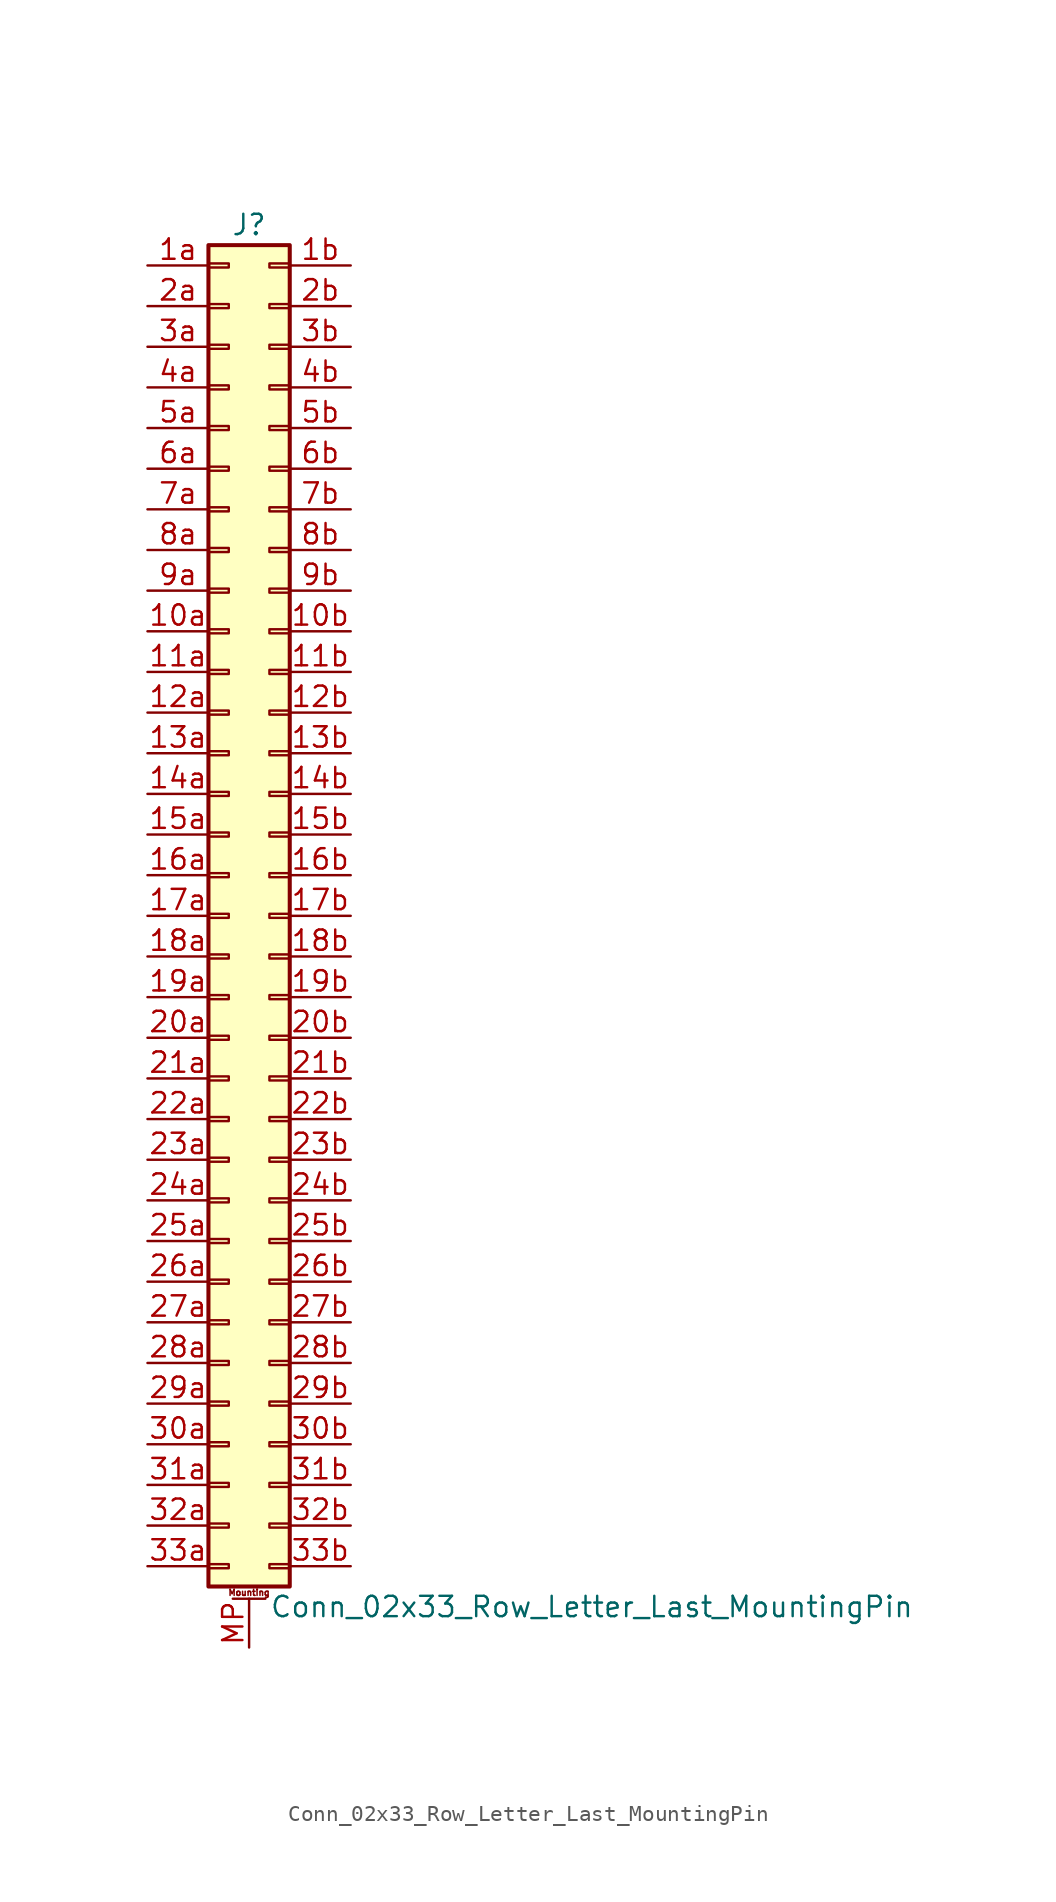
<source format=kicad_sym>
(kicad_symbol_lib
  (version 20201005)
  (generator kicad_symbol_editor)
  (symbol "Conn_02x33_Row_Letter_Last_MountingPin"
    (pin_names
      (offset 1.016) hide)
    (property "Reference" "J"
      (at 1.27 43.18 0)
      (effects (font (size 1.27 1.27))))
    (property "Value" "Conn_02x33_Row_Letter_Last_MountingPin"
      (at 2.54 -43.18 0)
      (effects (font (size 1.27 1.27)) (justify left)))
    (symbol "Conn_02x33_Row_Letter_Last_MountingPin_1_1"
      (text "Mounting" (at 1.27 -42.291 0) (effects (font (size 0.381 0.381))))
      (rectangle (start -1.27 -40.513) (end 0 -40.767) (stroke (width 0.152)) (fill (type none)))
      (rectangle (start -1.27 -37.973) (end 0 -38.227) (stroke (width 0.152)) (fill (type none)))
      (rectangle (start -1.27 -35.433) (end 0 -35.687) (stroke (width 0.152)) (fill (type none)))
      (rectangle (start -1.27 -32.893) (end 0 -33.147) (stroke (width 0.152)) (fill (type none)))
      (rectangle (start -1.27 -30.353) (end 0 -30.607) (stroke (width 0.152)) (fill (type none)))
      (rectangle (start -1.27 -27.813) (end 0 -28.067) (stroke (width 0.152)) (fill (type none)))
      (rectangle (start -1.27 -25.273) (end 0 -25.527) (stroke (width 0.152)) (fill (type none)))
      (rectangle (start -1.27 -22.733) (end 0 -22.987) (stroke (width 0.152)) (fill (type none)))
      (rectangle (start -1.27 -20.193) (end 0 -20.447) (stroke (width 0.152)) (fill (type none)))
      (rectangle (start -1.27 -17.653) (end 0 -17.907) (stroke (width 0.152)) (fill (type none)))
      (rectangle (start -1.27 -15.113) (end 0 -15.367) (stroke (width 0.152)) (fill (type none)))
      (rectangle (start -1.27 -12.573) (end 0 -12.827) (stroke (width 0.152)) (fill (type none)))
      (rectangle (start -1.27 -10.033) (end 0 -10.287) (stroke (width 0.152)) (fill (type none)))
      (rectangle (start -1.27 -7.493) (end 0 -7.747) (stroke (width 0.152)) (fill (type none)))
      (rectangle (start -1.27 -4.953) (end 0 -5.207) (stroke (width 0.152)) (fill (type none)))
      (rectangle (start -1.27 -2.413) (end 0 -2.667) (stroke (width 0.152)) (fill (type none)))
      (rectangle (start -1.27 0.127) (end 0 -0.127) (stroke (width 0.152)) (fill (type none)))
      (rectangle (start -1.27 2.667) (end 0 2.413) (stroke (width 0.152)) (fill (type none)))
      (rectangle (start -1.27 5.207) (end 0 4.953) (stroke (width 0.152)) (fill (type none)))
      (rectangle (start -1.27 7.747) (end 0 7.493) (stroke (width 0.152)) (fill (type none)))
      (rectangle (start -1.27 10.287) (end 0 10.033) (stroke (width 0.152)) (fill (type none)))
      (rectangle (start -1.27 12.827) (end 0 12.573) (stroke (width 0.152)) (fill (type none)))
      (rectangle (start -1.27 15.367) (end 0 15.113) (stroke (width 0.152)) (fill (type none)))
      (rectangle (start -1.27 17.907) (end 0 17.653) (stroke (width 0.152)) (fill (type none)))
      (rectangle (start -1.27 20.447) (end 0 20.193) (stroke (width 0.152)) (fill (type none)))
      (rectangle (start -1.27 22.987) (end 0 22.733) (stroke (width 0.152)) (fill (type none)))
      (rectangle (start -1.27 25.527) (end 0 25.273) (stroke (width 0.152)) (fill (type none)))
      (rectangle (start -1.27 28.067) (end 0 27.813) (stroke (width 0.152)) (fill (type none)))
      (rectangle (start -1.27 30.607) (end 0 30.353) (stroke (width 0.152)) (fill (type none)))
      (rectangle (start -1.27 33.147) (end 0 32.893) (stroke (width 0.152)) (fill (type none)))
      (rectangle (start -1.27 35.687) (end 0 35.433) (stroke (width 0.152)) (fill (type none)))
      (rectangle (start -1.27 38.227) (end 0 37.973) (stroke (width 0.152)) (fill (type none)))
      (rectangle (start -1.27 40.767) (end 0 40.513) (stroke (width 0.152)) (fill (type none)))
      (rectangle (start -1.27 41.91) (end 3.81 -41.91) (stroke (width 0.254)) (fill (type background)))
      (rectangle (start 3.81 -40.513) (end 2.54 -40.767) (stroke (width 0.152)) (fill (type none)))
      (rectangle (start 3.81 -37.973) (end 2.54 -38.227) (stroke (width 0.152)) (fill (type none)))
      (rectangle (start 3.81 -35.433) (end 2.54 -35.687) (stroke (width 0.152)) (fill (type none)))
      (rectangle (start 3.81 -32.893) (end 2.54 -33.147) (stroke (width 0.152)) (fill (type none)))
      (rectangle (start 3.81 -30.353) (end 2.54 -30.607) (stroke (width 0.152)) (fill (type none)))
      (rectangle (start 3.81 -27.813) (end 2.54 -28.067) (stroke (width 0.152)) (fill (type none)))
      (rectangle (start 3.81 -25.273) (end 2.54 -25.527) (stroke (width 0.152)) (fill (type none)))
      (rectangle (start 3.81 -22.733) (end 2.54 -22.987) (stroke (width 0.152)) (fill (type none)))
      (rectangle (start 3.81 -20.193) (end 2.54 -20.447) (stroke (width 0.152)) (fill (type none)))
      (rectangle (start 3.81 -17.653) (end 2.54 -17.907) (stroke (width 0.152)) (fill (type none)))
      (rectangle (start 3.81 -15.113) (end 2.54 -15.367) (stroke (width 0.152)) (fill (type none)))
      (rectangle (start 3.81 -12.573) (end 2.54 -12.827) (stroke (width 0.152)) (fill (type none)))
      (rectangle (start 3.81 -10.033) (end 2.54 -10.287) (stroke (width 0.152)) (fill (type none)))
      (rectangle (start 3.81 -7.493) (end 2.54 -7.747) (stroke (width 0.152)) (fill (type none)))
      (rectangle (start 3.81 -4.953) (end 2.54 -5.207) (stroke (width 0.152)) (fill (type none)))
      (rectangle (start 3.81 -2.413) (end 2.54 -2.667) (stroke (width 0.152)) (fill (type none)))
      (rectangle (start 3.81 0.127) (end 2.54 -0.127) (stroke (width 0.152)) (fill (type none)))
      (rectangle (start 3.81 2.667) (end 2.54 2.413) (stroke (width 0.152)) (fill (type none)))
      (rectangle (start 3.81 5.207) (end 2.54 4.953) (stroke (width 0.152)) (fill (type none)))
      (rectangle (start 3.81 7.747) (end 2.54 7.493) (stroke (width 0.152)) (fill (type none)))
      (rectangle (start 3.81 10.287) (end 2.54 10.033) (stroke (width 0.152)) (fill (type none)))
      (rectangle (start 3.81 12.827) (end 2.54 12.573) (stroke (width 0.152)) (fill (type none)))
      (rectangle (start 3.81 15.367) (end 2.54 15.113) (stroke (width 0.152)) (fill (type none)))
      (rectangle (start 3.81 17.907) (end 2.54 17.653) (stroke (width 0.152)) (fill (type none)))
      (rectangle (start 3.81 20.447) (end 2.54 20.193) (stroke (width 0.152)) (fill (type none)))
      (rectangle (start 3.81 22.987) (end 2.54 22.733) (stroke (width 0.152)) (fill (type none)))
      (rectangle (start 3.81 25.527) (end 2.54 25.273) (stroke (width 0.152)) (fill (type none)))
      (rectangle (start 3.81 28.067) (end 2.54 27.813) (stroke (width 0.152)) (fill (type none)))
      (rectangle (start 3.81 30.607) (end 2.54 30.353) (stroke (width 0.152)) (fill (type none)))
      (rectangle (start 3.81 33.147) (end 2.54 32.893) (stroke (width 0.152)) (fill (type none)))
      (rectangle (start 3.81 35.687) (end 2.54 35.433) (stroke (width 0.152)) (fill (type none)))
      (rectangle (start 3.81 38.227) (end 2.54 37.973) (stroke (width 0.152)) (fill (type none)))
      (rectangle (start 3.81 40.767) (end 2.54 40.513) (stroke (width 0.152)) (fill (type none)))
      (polyline (pts (xy 0.254 -42.672) (xy 2.286 -42.672)) (stroke (width 0.152)) (fill (type none)))
      (pin passive line (at -5.08 17.78 0) (length 3.81) (name "Pin_10a" (effects (font (size 1.27 1.27)))) (number "10a" (effects (font (size 1.27 1.27)))))
      (pin passive line (at 7.62 17.78 180) (length 3.81) (name "Pin_10b" (effects (font (size 1.27 1.27)))) (number "10b" (effects (font (size 1.27 1.27)))))
      (pin passive line (at -5.08 15.24 0) (length 3.81) (name "Pin_11a" (effects (font (size 1.27 1.27)))) (number "11a" (effects (font (size 1.27 1.27)))))
      (pin passive line (at 7.62 15.24 180) (length 3.81) (name "Pin_11b" (effects (font (size 1.27 1.27)))) (number "11b" (effects (font (size 1.27 1.27)))))
      (pin passive line (at -5.08 12.7 0) (length 3.81) (name "Pin_12a" (effects (font (size 1.27 1.27)))) (number "12a" (effects (font (size 1.27 1.27)))))
      (pin passive line (at 7.62 12.7 180) (length 3.81) (name "Pin_12b" (effects (font (size 1.27 1.27)))) (number "12b" (effects (font (size 1.27 1.27)))))
      (pin passive line (at -5.08 10.16 0) (length 3.81) (name "Pin_13a" (effects (font (size 1.27 1.27)))) (number "13a" (effects (font (size 1.27 1.27)))))
      (pin passive line (at 7.62 10.16 180) (length 3.81) (name "Pin_13b" (effects (font (size 1.27 1.27)))) (number "13b" (effects (font (size 1.27 1.27)))))
      (pin passive line (at -5.08 7.62 0) (length 3.81) (name "Pin_14a" (effects (font (size 1.27 1.27)))) (number "14a" (effects (font (size 1.27 1.27)))))
      (pin passive line (at 7.62 7.62 180) (length 3.81) (name "Pin_14b" (effects (font (size 1.27 1.27)))) (number "14b" (effects (font (size 1.27 1.27)))))
      (pin passive line (at -5.08 5.08 0) (length 3.81) (name "Pin_15a" (effects (font (size 1.27 1.27)))) (number "15a" (effects (font (size 1.27 1.27)))))
      (pin passive line (at 7.62 5.08 180) (length 3.81) (name "Pin_15b" (effects (font (size 1.27 1.27)))) (number "15b" (effects (font (size 1.27 1.27)))))
      (pin passive line (at -5.08 2.54 0) (length 3.81) (name "Pin_16a" (effects (font (size 1.27 1.27)))) (number "16a" (effects (font (size 1.27 1.27)))))
      (pin passive line (at 7.62 2.54 180) (length 3.81) (name "Pin_16b" (effects (font (size 1.27 1.27)))) (number "16b" (effects (font (size 1.27 1.27)))))
      (pin passive line (at -5.08 0 0) (length 3.81) (name "Pin_17a" (effects (font (size 1.27 1.27)))) (number "17a" (effects (font (size 1.27 1.27)))))
      (pin passive line (at 7.62 0 180) (length 3.81) (name "Pin_17b" (effects (font (size 1.27 1.27)))) (number "17b" (effects (font (size 1.27 1.27)))))
      (pin passive line (at -5.08 -2.54 0) (length 3.81) (name "Pin_18a" (effects (font (size 1.27 1.27)))) (number "18a" (effects (font (size 1.27 1.27)))))
      (pin passive line (at 7.62 -2.54 180) (length 3.81) (name "Pin_18b" (effects (font (size 1.27 1.27)))) (number "18b" (effects (font (size 1.27 1.27)))))
      (pin passive line (at -5.08 -5.08 0) (length 3.81) (name "Pin_19a" (effects (font (size 1.27 1.27)))) (number "19a" (effects (font (size 1.27 1.27)))))
      (pin passive line (at 7.62 -5.08 180) (length 3.81) (name "Pin_19b" (effects (font (size 1.27 1.27)))) (number "19b" (effects (font (size 1.27 1.27)))))
      (pin passive line (at -5.08 40.64 0) (length 3.81) (name "Pin_1a" (effects (font (size 1.27 1.27)))) (number "1a" (effects (font (size 1.27 1.27)))))
      (pin passive line (at 7.62 40.64 180) (length 3.81) (name "Pin_1b" (effects (font (size 1.27 1.27)))) (number "1b" (effects (font (size 1.27 1.27)))))
      (pin passive line (at -5.08 -7.62 0) (length 3.81) (name "Pin_20a" (effects (font (size 1.27 1.27)))) (number "20a" (effects (font (size 1.27 1.27)))))
      (pin passive line (at 7.62 -7.62 180) (length 3.81) (name "Pin_20b" (effects (font (size 1.27 1.27)))) (number "20b" (effects (font (size 1.27 1.27)))))
      (pin passive line (at -5.08 -10.16 0) (length 3.81) (name "Pin_21a" (effects (font (size 1.27 1.27)))) (number "21a" (effects (font (size 1.27 1.27)))))
      (pin passive line (at 7.62 -10.16 180) (length 3.81) (name "Pin_21b" (effects (font (size 1.27 1.27)))) (number "21b" (effects (font (size 1.27 1.27)))))
      (pin passive line (at -5.08 -12.7 0) (length 3.81) (name "Pin_22a" (effects (font (size 1.27 1.27)))) (number "22a" (effects (font (size 1.27 1.27)))))
      (pin passive line (at 7.62 -12.7 180) (length 3.81) (name "Pin_22b" (effects (font (size 1.27 1.27)))) (number "22b" (effects (font (size 1.27 1.27)))))
      (pin passive line (at -5.08 -15.24 0) (length 3.81) (name "Pin_23a" (effects (font (size 1.27 1.27)))) (number "23a" (effects (font (size 1.27 1.27)))))
      (pin passive line (at 7.62 -15.24 180) (length 3.81) (name "Pin_23b" (effects (font (size 1.27 1.27)))) (number "23b" (effects (font (size 1.27 1.27)))))
      (pin passive line (at -5.08 -17.78 0) (length 3.81) (name "Pin_24a" (effects (font (size 1.27 1.27)))) (number "24a" (effects (font (size 1.27 1.27)))))
      (pin passive line (at 7.62 -17.78 180) (length 3.81) (name "Pin_24b" (effects (font (size 1.27 1.27)))) (number "24b" (effects (font (size 1.27 1.27)))))
      (pin passive line (at -5.08 -20.32 0) (length 3.81) (name "Pin_25a" (effects (font (size 1.27 1.27)))) (number "25a" (effects (font (size 1.27 1.27)))))
      (pin passive line (at 7.62 -20.32 180) (length 3.81) (name "Pin_25b" (effects (font (size 1.27 1.27)))) (number "25b" (effects (font (size 1.27 1.27)))))
      (pin passive line (at -5.08 -22.86 0) (length 3.81) (name "Pin_26a" (effects (font (size 1.27 1.27)))) (number "26a" (effects (font (size 1.27 1.27)))))
      (pin passive line (at 7.62 -22.86 180) (length 3.81) (name "Pin_26b" (effects (font (size 1.27 1.27)))) (number "26b" (effects (font (size 1.27 1.27)))))
      (pin passive line (at -5.08 -25.4 0) (length 3.81) (name "Pin_27a" (effects (font (size 1.27 1.27)))) (number "27a" (effects (font (size 1.27 1.27)))))
      (pin passive line (at 7.62 -25.4 180) (length 3.81) (name "Pin_27b" (effects (font (size 1.27 1.27)))) (number "27b" (effects (font (size 1.27 1.27)))))
      (pin passive line (at -5.08 -27.94 0) (length 3.81) (name "Pin_28a" (effects (font (size 1.27 1.27)))) (number "28a" (effects (font (size 1.27 1.27)))))
      (pin passive line (at 7.62 -27.94 180) (length 3.81) (name "Pin_28b" (effects (font (size 1.27 1.27)))) (number "28b" (effects (font (size 1.27 1.27)))))
      (pin passive line (at -5.08 -30.48 0) (length 3.81) (name "Pin_29a" (effects (font (size 1.27 1.27)))) (number "29a" (effects (font (size 1.27 1.27)))))
      (pin passive line (at 7.62 -30.48 180) (length 3.81) (name "Pin_29b" (effects (font (size 1.27 1.27)))) (number "29b" (effects (font (size 1.27 1.27)))))
      (pin passive line (at -5.08 38.1 0) (length 3.81) (name "Pin_2a" (effects (font (size 1.27 1.27)))) (number "2a" (effects (font (size 1.27 1.27)))))
      (pin passive line (at 7.62 38.1 180) (length 3.81) (name "Pin_2b" (effects (font (size 1.27 1.27)))) (number "2b" (effects (font (size 1.27 1.27)))))
      (pin passive line (at -5.08 -33.02 0) (length 3.81) (name "Pin_30a" (effects (font (size 1.27 1.27)))) (number "30a" (effects (font (size 1.27 1.27)))))
      (pin passive line (at 7.62 -33.02 180) (length 3.81) (name "Pin_30b" (effects (font (size 1.27 1.27)))) (number "30b" (effects (font (size 1.27 1.27)))))
      (pin passive line (at -5.08 -35.56 0) (length 3.81) (name "Pin_31a" (effects (font (size 1.27 1.27)))) (number "31a" (effects (font (size 1.27 1.27)))))
      (pin passive line (at 7.62 -35.56 180) (length 3.81) (name "Pin_31b" (effects (font (size 1.27 1.27)))) (number "31b" (effects (font (size 1.27 1.27)))))
      (pin passive line (at -5.08 -38.1 0) (length 3.81) (name "Pin_32a" (effects (font (size 1.27 1.27)))) (number "32a" (effects (font (size 1.27 1.27)))))
      (pin passive line (at 7.62 -38.1 180) (length 3.81) (name "Pin_32b" (effects (font (size 1.27 1.27)))) (number "32b" (effects (font (size 1.27 1.27)))))
      (pin passive line (at -5.08 -40.64 0) (length 3.81) (name "Pin_33a" (effects (font (size 1.27 1.27)))) (number "33a" (effects (font (size 1.27 1.27)))))
      (pin passive line (at 7.62 -40.64 180) (length 3.81) (name "Pin_33b" (effects (font (size 1.27 1.27)))) (number "33b" (effects (font (size 1.27 1.27)))))
      (pin passive line (at -5.08 35.56 0) (length 3.81) (name "Pin_3a" (effects (font (size 1.27 1.27)))) (number "3a" (effects (font (size 1.27 1.27)))))
      (pin passive line (at 7.62 35.56 180) (length 3.81) (name "Pin_3b" (effects (font (size 1.27 1.27)))) (number "3b" (effects (font (size 1.27 1.27)))))
      (pin passive line (at -5.08 33.02 0) (length 3.81) (name "Pin_4a" (effects (font (size 1.27 1.27)))) (number "4a" (effects (font (size 1.27 1.27)))))
      (pin passive line (at 7.62 33.02 180) (length 3.81) (name "Pin_4b" (effects (font (size 1.27 1.27)))) (number "4b" (effects (font (size 1.27 1.27)))))
      (pin passive line (at -5.08 30.48 0) (length 3.81) (name "Pin_5a" (effects (font (size 1.27 1.27)))) (number "5a" (effects (font (size 1.27 1.27)))))
      (pin passive line (at 7.62 30.48 180) (length 3.81) (name "Pin_5b" (effects (font (size 1.27 1.27)))) (number "5b" (effects (font (size 1.27 1.27)))))
      (pin passive line (at -5.08 27.94 0) (length 3.81) (name "Pin_6a" (effects (font (size 1.27 1.27)))) (number "6a" (effects (font (size 1.27 1.27)))))
      (pin passive line (at 7.62 27.94 180) (length 3.81) (name "Pin_6b" (effects (font (size 1.27 1.27)))) (number "6b" (effects (font (size 1.27 1.27)))))
      (pin passive line (at -5.08 25.4 0) (length 3.81) (name "Pin_7a" (effects (font (size 1.27 1.27)))) (number "7a" (effects (font (size 1.27 1.27)))))
      (pin passive line (at 7.62 25.4 180) (length 3.81) (name "Pin_7b" (effects (font (size 1.27 1.27)))) (number "7b" (effects (font (size 1.27 1.27)))))
      (pin passive line (at -5.08 22.86 0) (length 3.81) (name "Pin_8a" (effects (font (size 1.27 1.27)))) (number "8a" (effects (font (size 1.27 1.27)))))
      (pin passive line (at 7.62 22.86 180) (length 3.81) (name "Pin_8b" (effects (font (size 1.27 1.27)))) (number "8b" (effects (font (size 1.27 1.27)))))
      (pin passive line (at -5.08 20.32 0) (length 3.81) (name "Pin_9a" (effects (font (size 1.27 1.27)))) (number "9a" (effects (font (size 1.27 1.27)))))
      (pin passive line (at 7.62 20.32 180) (length 3.81) (name "Pin_9b" (effects (font (size 1.27 1.27)))) (number "9b" (effects (font (size 1.27 1.27)))))
      (pin passive line (at 1.27 -45.72 90) (length 3.048) (name "MountPin" (effects (font (size 1.27 1.27)))) (number "MP" (effects (font (size 1.27 1.27))))))))
</source>
